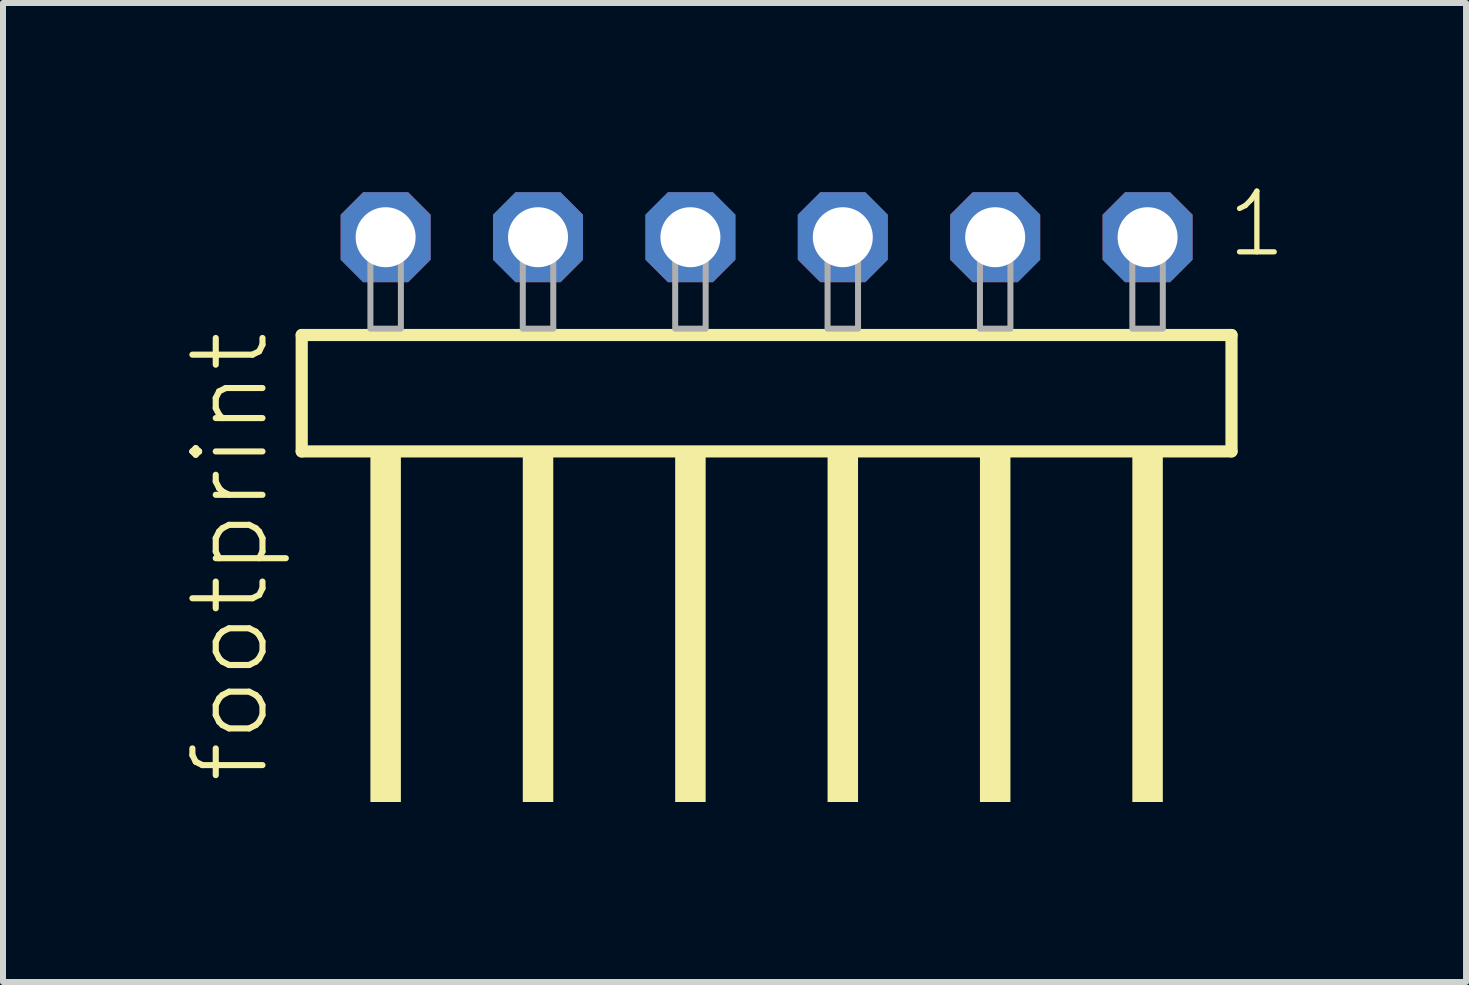
<source format=kicad_pcb>
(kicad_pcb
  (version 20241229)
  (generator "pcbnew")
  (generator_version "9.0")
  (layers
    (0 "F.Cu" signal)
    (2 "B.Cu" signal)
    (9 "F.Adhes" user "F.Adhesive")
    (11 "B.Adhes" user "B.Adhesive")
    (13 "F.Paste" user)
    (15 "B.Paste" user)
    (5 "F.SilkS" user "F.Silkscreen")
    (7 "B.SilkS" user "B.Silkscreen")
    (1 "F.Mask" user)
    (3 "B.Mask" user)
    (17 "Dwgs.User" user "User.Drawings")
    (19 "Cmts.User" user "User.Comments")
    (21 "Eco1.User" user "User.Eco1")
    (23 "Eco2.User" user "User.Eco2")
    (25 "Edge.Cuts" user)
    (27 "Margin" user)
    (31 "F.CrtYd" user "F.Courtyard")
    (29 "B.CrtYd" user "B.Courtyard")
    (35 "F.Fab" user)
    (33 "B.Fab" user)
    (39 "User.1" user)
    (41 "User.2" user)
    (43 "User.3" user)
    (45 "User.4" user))
  (footprint "footprint"
    (layer "F.Cu")
    (at 9.728 2.428)
    (property "Reference" "footprint" (at -8.255 7.62 90) (layer "F.SilkS") (effects (font (size 1.168 1.168) (thickness 0.102)) (justify left bottom)))
    (fp_line (start -7.749 0.106) (end -7.749 2.046) (stroke (width 0.203) (type solid)) (layer "F.SilkS"))
    (fp_line (start -7.749 2.046) (end 7.749 2.046) (stroke (width 0.203) (type solid)) (layer "F.SilkS"))
    (fp_line (start 7.749 0.106) (end -7.749 0.106) (stroke (width 0.203) (type solid)) (layer "F.SilkS"))
    (fp_line (start 7.749 2.046) (end 7.749 0.106) (stroke (width 0.203) (type solid)) (layer "F.SilkS"))
    (fp_poly (pts (xy -6.604 7.89) (xy -6.096 7.89) (xy -6.096 2.04) (xy -6.604 2.04)) (stroke (width 0) (type solid)) (fill yes) (layer "F.SilkS"))
    (fp_poly (pts (xy -4.064 7.89) (xy -3.556 7.89) (xy -3.556 2.04) (xy -4.064 2.04)) (stroke (width 0) (type solid)) (fill yes) (layer "F.SilkS"))
    (fp_poly (pts (xy -1.524 7.89) (xy -1.016 7.89) (xy -1.016 2.04) (xy -1.524 2.04)) (stroke (width 0) (type solid)) (fill yes) (layer "F.SilkS"))
    (fp_poly (pts (xy 1.016 7.89) (xy 1.524 7.89) (xy 1.524 2.04) (xy 1.016 2.04)) (stroke (width 0) (type solid)) (fill yes) (layer "F.SilkS"))
    (fp_poly (pts (xy 3.556 7.89) (xy 4.064 7.89) (xy 4.064 2.04) (xy 3.556 2.04)) (stroke (width 0) (type solid)) (fill yes) (layer "F.SilkS"))
    (fp_poly (pts (xy 6.096 7.89) (xy 6.604 7.89) (xy 6.604 2.04) (xy 6.096 2.04)) (stroke (width 0) (type solid)) (fill yes) (layer "F.SilkS"))
    (fp_poly (pts (xy -6.604 0) (xy -6.096 0) (xy -6.096 -1.778) (xy -6.604 -1.778)) (stroke (width 0.1) (type solid)) (fill no) (layer "F.Fab"))
    (fp_poly (pts (xy -4.064 0) (xy -3.556 0) (xy -3.556 -1.778) (xy -4.064 -1.778)) (stroke (width 0.1) (type solid)) (fill no) (layer "F.Fab"))
    (fp_poly (pts (xy -1.524 0) (xy -1.016 0) (xy -1.016 -1.778) (xy -1.524 -1.778)) (stroke (width 0.1) (type solid)) (fill no) (layer "F.Fab"))
    (fp_poly (pts (xy 1.016 0) (xy 1.524 0) (xy 1.524 -1.778) (xy 1.016 -1.778)) (stroke (width 0.1) (type solid)) (fill no) (layer "F.Fab"))
    (fp_poly (pts (xy 3.556 0) (xy 4.064 0) (xy 4.064 -1.778) (xy 3.556 -1.778)) (stroke (width 0.1) (type solid)) (fill no) (layer "F.Fab"))
    (fp_poly (pts (xy 6.096 0) (xy 6.604 0) (xy 6.604 -1.778) (xy 6.096 -1.778)) (stroke (width 0.1) (type solid)) (fill no) (layer "F.Fab"))
    (fp_text user "1" (at 7.632 -1.152 0) (layer "F.SilkS") (effects (font (size 1.012 1.012) (thickness 0.088)) (justify left bottom)))
    (pad "1" thru_hole roundrect (at 6.35 -1.524 180) (size 1.5 1.5) (drill 1) (layers "*.Cu" "*.Mask") (roundrect_rratio 0.25) (chamfer_ratio 0.25) (chamfer top_left top_right bottom_left bottom_right))
    (pad "2" thru_hole roundrect (at 3.81 -1.524 180) (size 1.5 1.5) (drill 1) (layers "*.Cu" "*.Mask") (roundrect_rratio 0.25) (chamfer_ratio 0.25) (chamfer top_left top_right bottom_left bottom_right))
    (pad "3" thru_hole roundrect (at 1.27 -1.524 180) (size 1.5 1.5) (drill 1) (layers "*.Cu" "*.Mask") (roundrect_rratio 0.25) (chamfer_ratio 0.25) (chamfer top_left top_right bottom_left bottom_right))
    (pad "4" thru_hole roundrect (at -1.27 -1.524 180) (size 1.5 1.5) (drill 1) (layers "*.Cu" "*.Mask") (roundrect_rratio 0.25) (chamfer_ratio 0.25) (chamfer top_left top_right bottom_left bottom_right))
    (pad "5" thru_hole roundrect (at -3.81 -1.524 180) (size 1.5 1.5) (drill 1) (layers "*.Cu" "*.Mask") (roundrect_rratio 0.25) (chamfer_ratio 0.25) (chamfer top_left top_right bottom_left bottom_right))
    (pad "6" thru_hole roundrect (at -6.35 -1.524 180) (size 1.5 1.5) (drill 1) (layers "*.Cu" "*.Mask") (roundrect_rratio 0.25) (chamfer_ratio 0.25) (chamfer top_left top_right bottom_left bottom_right)))
  (gr_rect
    (start -3 -3)
    (end 21.386 13.318)
    (stroke (width 0.1) (type default))
    (fill no)
    (layer "Edge.Cuts")))
</source>
